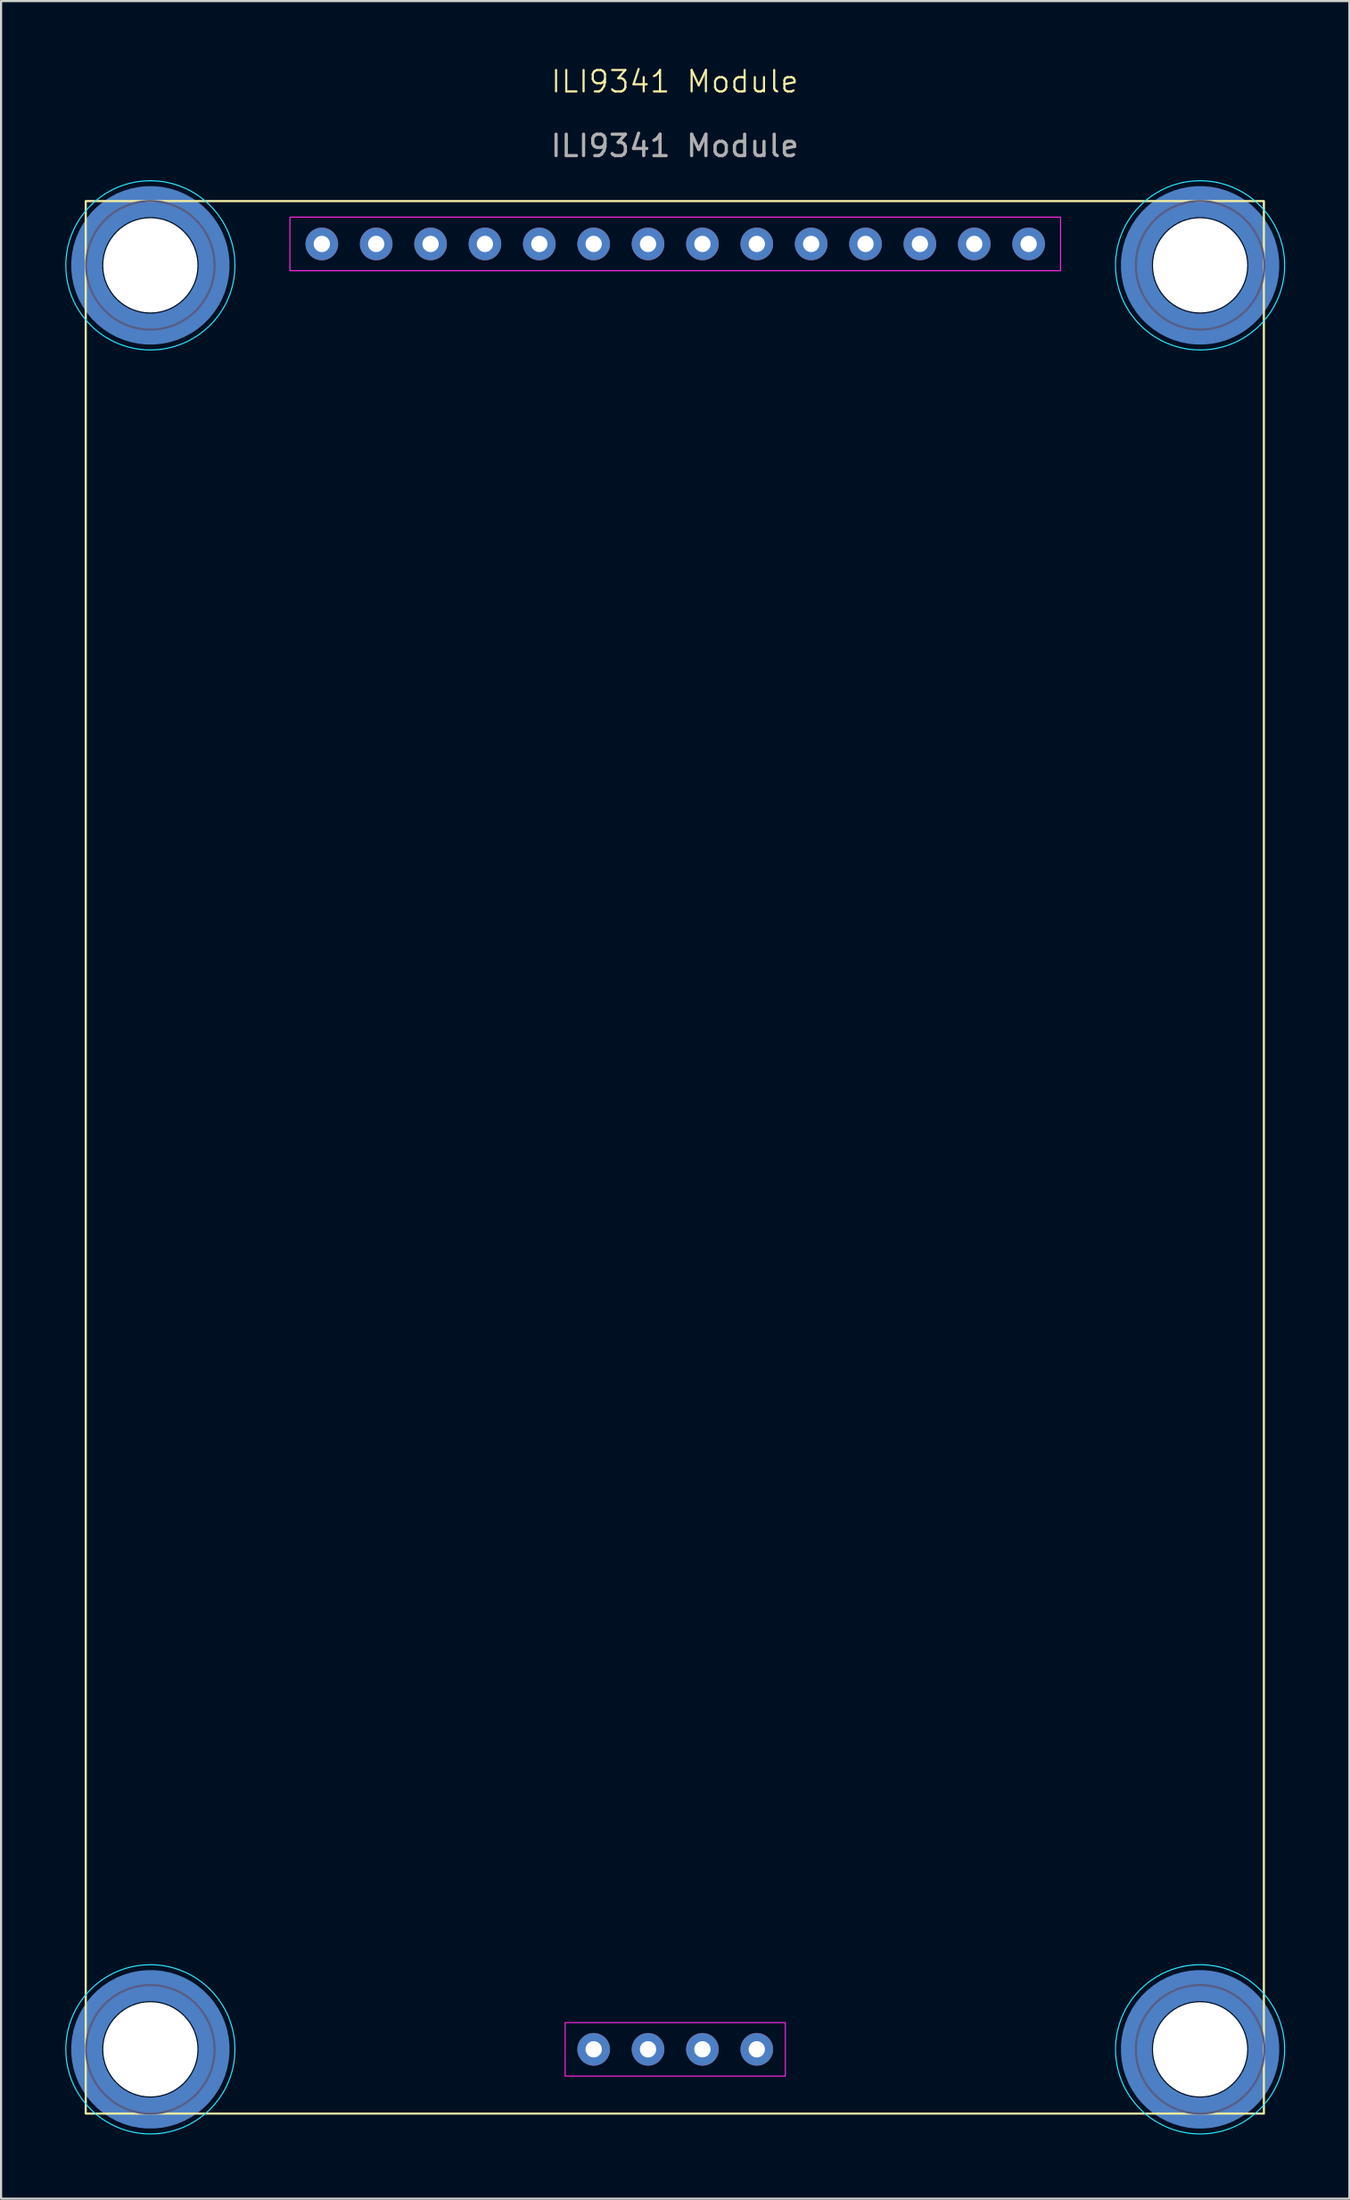
<source format=kicad_pcb>
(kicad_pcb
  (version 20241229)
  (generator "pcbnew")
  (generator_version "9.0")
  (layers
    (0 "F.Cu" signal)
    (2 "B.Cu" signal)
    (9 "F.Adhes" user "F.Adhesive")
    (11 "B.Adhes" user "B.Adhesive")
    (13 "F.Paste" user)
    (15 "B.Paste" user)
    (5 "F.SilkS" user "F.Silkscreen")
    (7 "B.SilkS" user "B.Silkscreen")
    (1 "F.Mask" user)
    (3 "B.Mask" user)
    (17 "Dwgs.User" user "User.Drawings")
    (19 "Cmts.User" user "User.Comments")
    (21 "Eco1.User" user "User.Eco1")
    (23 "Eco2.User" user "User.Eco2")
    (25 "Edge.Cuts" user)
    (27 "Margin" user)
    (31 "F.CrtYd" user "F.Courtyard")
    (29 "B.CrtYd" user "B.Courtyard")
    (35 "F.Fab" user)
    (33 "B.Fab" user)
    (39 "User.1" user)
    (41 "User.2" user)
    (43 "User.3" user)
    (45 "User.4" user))
  (footprint "ILI9341 Module"
    (layer "F.Cu")
    (at 28.475 1.26)
    (property "Reference" "ILI9341 Module" (at 0 -0.5 0) (unlocked yes) (layer "F.SilkS") (effects (font (size 1 1) (thickness 0.1))))
    (attr through_hole)
    (fp_rect (start -27.52 5.08) (end 27.52 94.38) (stroke (width 0.1) (type default)) (fill no) (layer "F.SilkS"))
    (fp_circle (center -24.5 8.08) (end -28.45 8.08) (stroke (width 0.05) (type solid)) (fill no) (layer "B.CrtYd"))
    (fp_circle (center -24.5 91.38) (end -28.45 91.38) (stroke (width 0.05) (type solid)) (fill no) (layer "B.CrtYd"))
    (fp_circle (center 24.54 8.08) (end 20.59 8.08) (stroke (width 0.05) (type solid)) (fill no) (layer "B.CrtYd"))
    (fp_circle (center 24.54 91.38) (end 20.59 91.38) (stroke (width 0.05) (type solid)) (fill no) (layer "B.CrtYd"))
    (fp_rect (start -17.98 5.83) (end 18.02 8.33) (stroke (width 0.05) (type default)) (fill no) (layer "F.CrtYd"))
    (fp_rect (start -5.123 90.13) (end 5.163 92.63) (stroke (width 0.05) (type default)) (fill no) (layer "F.CrtYd"))
    (fp_circle (center -24.5 8.08) (end -27.5 8.08) (stroke (width 0.1) (type solid)) (fill no) (layer "B.Fab"))
    (fp_circle (center -24.5 91.38) (end -27.5 91.38) (stroke (width 0.1) (type solid)) (fill no) (layer "B.Fab"))
    (fp_circle (center 24.54 8.08) (end 21.54 8.08) (stroke (width 0.1) (type solid)) (fill no) (layer "B.Fab"))
    (fp_circle (center 24.54 91.38) (end 21.54 91.38) (stroke (width 0.1) (type solid)) (fill no) (layer "B.Fab"))
    (fp_text user "${REFERENCE}" (at 0 2.5 0) (unlocked yes) (layer "F.Fab") (effects (font (size 1 1) (thickness 0.15))))
    (pad "" smd custom (at -26.595 5.985) (size 0.945 0.945) (layers "B.Paste") (options (anchor circle)) (primitives (gr_arc (start -0.241886 1.592827) (mid 0.405534 0.404104) (end 1.594804 -0.24231) (width 0.2)) (gr_arc (start -0.339022 1.591031) (mid 0.338711 0.335987) (end 1.594804 -0.3398) (width 0.2)) (gr_arc (start -0.436623 1.592231) (mid 0.270807 0.268952) (end 1.594804 -0.437132) (width 0.2)) (gr_arc (start -0.53376 1.591846) (mid 0.203474 0.201345) (end 1.594804 -0.534324) (width 0.2)) (gr_arc (start -0.631267 1.594126) (mid 0.135183 0.134696) (end 1.594804 -0.631391) (width 0.2)) (gr_arc (start -0.728229 1.594149) (mid 0.067705 0.067234) (end 1.594804 -0.728345) (width 0.2)) (gr_arc (start -0.824614 1.591408) (mid 0.001219 -0.001218) (end 1.594804 -0.825197) (width 0.2)) (gr_arc (start -0.921269 1.590665) (mid -0.065985 -0.068952) (end 1.594804 -0.921958) (width 0.2)) (gr_arc (start -1.018172 1.59192) (mid -0.133908 -0.135973) (end 1.594804 -1.018637) (width 0.2)) (gr_arc (start -1.11442 1.589574) (mid -0.200537 -0.20428) (end 1.594804 -1.115239) (width 0.2)) (gr_arc (start -1.211751 1.594662) (mid -0.269828 -0.26993) (end 1.594804 -1.211773) (width 0.2)) (gr_arc (start -1.307516 1.589875) (mid -0.335587 -0.33911) (end 1.594804 -1.308244) (width 0.2)) (gr_arc (start -1.404331 1.592524) (mid -0.404004 -0.405633) (end 1.594804 -1.404657) (width 0.2)) (gr_arc (start -1.404331 1.592524) (mid -0.404004 -0.405633) (end 1.594804 -1.404657) (width 0.2)) (gr_line (start -1.405 1.595) (end -0.242 1.595) (width 0.2)) (gr_line (start 1.595 -1.405) (end 1.595 -0.242) (width 0.2))))
    (pad "" smd custom (at -26.595 10.175) (size 0.945 0.945) (layers "B.Paste") (options (anchor circle)) (primitives (gr_arc (start 1.592827 0.241886) (mid 0.404104 -0.405534) (end -0.24231 -1.594804) (width 0.2)) (gr_arc (start 1.591031 0.339022) (mid 0.335987 -0.338711) (end -0.3398 -1.594804) (width 0.2)) (gr_arc (start 1.592231 0.436623) (mid 0.268952 -0.270807) (end -0.437132 -1.594804) (width 0.2)) (gr_arc (start 1.591846 0.53376) (mid 0.201345 -0.203474) (end -0.534324 -1.594804) (width 0.2)) (gr_arc (start 1.594126 0.631267) (mid 0.134696 -0.135183) (end -0.631391 -1.594804) (width 0.2)) (gr_arc (start 1.594149 0.728229) (mid 0.067234 -0.067705) (end -0.728345 -1.594804) (width 0.2)) (gr_arc (start 1.591408 0.824614) (mid -0.001218 -0.001219) (end -0.825197 -1.594804) (width 0.2)) (gr_arc (start 1.590665 0.921269) (mid -0.068952 0.065985) (end -0.921958 -1.594804) (width 0.2)) (gr_arc (start 1.59192 1.018172) (mid -0.135973 0.133908) (end -1.018637 -1.594804) (width 0.2)) (gr_arc (start 1.589574 1.11442) (mid -0.20428 0.200537) (end -1.115239 -1.594804) (width 0.2)) (gr_arc (start 1.594662 1.211751) (mid -0.26993 0.269828) (end -1.211773 -1.594804) (width 0.2)) (gr_arc (start 1.589875 1.307516) (mid -0.33911 0.335587) (end -1.308244 -1.594804) (width 0.2)) (gr_arc (start 1.592524 1.404331) (mid -0.405633 0.404004) (end -1.404657 -1.594804) (width 0.2)) (gr_arc (start 1.592524 1.404331) (mid -0.405633 0.404004) (end -1.404657 -1.594804) (width 0.2)) (gr_line (start 1.595 1.405) (end 1.595 0.242) (width 0.2)) (gr_line (start -1.405 -1.595) (end -0.242 -1.595) (width 0.2))))
    (pad "" smd custom (at -26.595 89.285) (size 0.945 0.945) (layers "B.Paste") (options (anchor circle)) (primitives (gr_arc (start -0.241886 1.592827) (mid 0.405534 0.404104) (end 1.594804 -0.24231) (width 0.2)) (gr_arc (start -0.339022 1.591031) (mid 0.338711 0.335987) (end 1.594804 -0.3398) (width 0.2)) (gr_arc (start -0.436623 1.592231) (mid 0.270807 0.268952) (end 1.594804 -0.437132) (width 0.2)) (gr_arc (start -0.53376 1.591846) (mid 0.203474 0.201345) (end 1.594804 -0.534324) (width 0.2)) (gr_arc (start -0.631267 1.594126) (mid 0.135183 0.134696) (end 1.594804 -0.631391) (width 0.2)) (gr_arc (start -0.728229 1.594149) (mid 0.067705 0.067234) (end 1.594804 -0.728345) (width 0.2)) (gr_arc (start -0.824614 1.591408) (mid 0.001219 -0.001218) (end 1.594804 -0.825197) (width 0.2)) (gr_arc (start -0.921269 1.590665) (mid -0.065985 -0.068952) (end 1.594804 -0.921958) (width 0.2)) (gr_arc (start -1.018172 1.59192) (mid -0.133908 -0.135973) (end 1.594804 -1.018637) (width 0.2)) (gr_arc (start -1.11442 1.589574) (mid -0.200537 -0.20428) (end 1.594804 -1.115239) (width 0.2)) (gr_arc (start -1.211751 1.594662) (mid -0.269828 -0.26993) (end 1.594804 -1.211773) (width 0.2)) (gr_arc (start -1.307516 1.589875) (mid -0.335587 -0.33911) (end 1.594804 -1.308244) (width 0.2)) (gr_arc (start -1.404331 1.592524) (mid -0.404004 -0.405633) (end 1.594804 -1.404657) (width 0.2)) (gr_arc (start -1.404331 1.592524) (mid -0.404004 -0.405633) (end 1.594804 -1.404657) (width 0.2)) (gr_line (start -1.405 1.595) (end -0.242 1.595) (width 0.2)) (gr_line (start 1.595 -1.405) (end 1.595 -0.242) (width 0.2))))
    (pad "" smd custom (at -26.595 93.475) (size 0.945 0.945) (layers "B.Paste") (options (anchor circle)) (primitives (gr_arc (start 1.592827 0.241886) (mid 0.404104 -0.405534) (end -0.24231 -1.594804) (width 0.2)) (gr_arc (start 1.591031 0.339022) (mid 0.335987 -0.338711) (end -0.3398 -1.594804) (width 0.2)) (gr_arc (start 1.592231 0.436623) (mid 0.268952 -0.270807) (end -0.437132 -1.594804) (width 0.2)) (gr_arc (start 1.591846 0.53376) (mid 0.201345 -0.203474) (end -0.534324 -1.594804) (width 0.2)) (gr_arc (start 1.594126 0.631267) (mid 0.134696 -0.135183) (end -0.631391 -1.594804) (width 0.2)) (gr_arc (start 1.594149 0.728229) (mid 0.067234 -0.067705) (end -0.728345 -1.594804) (width 0.2)) (gr_arc (start 1.591408 0.824614) (mid -0.001218 -0.001219) (end -0.825197 -1.594804) (width 0.2)) (gr_arc (start 1.590665 0.921269) (mid -0.068952 0.065985) (end -0.921958 -1.594804) (width 0.2)) (gr_arc (start 1.59192 1.018172) (mid -0.135973 0.133908) (end -1.018637 -1.594804) (width 0.2)) (gr_arc (start 1.589574 1.11442) (mid -0.20428 0.200537) (end -1.115239 -1.594804) (width 0.2)) (gr_arc (start 1.594662 1.211751) (mid -0.26993 0.269828) (end -1.211773 -1.594804) (width 0.2)) (gr_arc (start 1.589875 1.307516) (mid -0.33911 0.335587) (end -1.308244 -1.594804) (width 0.2)) (gr_arc (start 1.592524 1.404331) (mid -0.405633 0.404004) (end -1.404657 -1.594804) (width 0.2)) (gr_arc (start 1.592524 1.404331) (mid -0.405633 0.404004) (end -1.404657 -1.594804) (width 0.2)) (gr_line (start 1.595 1.405) (end 1.595 0.242) (width 0.2)) (gr_line (start -1.405 -1.595) (end -0.242 -1.595) (width 0.2))))
    (pad "" np_thru_hole circle (at -24.5 8.08) (size 4.4 4.4) (drill 4.4) (layers "*.Cu" "*.Mask"))
    (pad "" np_thru_hole circle (at -24.5 91.38) (size 4.4 4.4) (drill 4.4) (layers "*.Cu" "*.Mask"))
    (pad "" smd custom (at -22.405 5.985) (size 0.945 0.945) (layers "B.Paste") (options (anchor circle)) (primitives (gr_arc (start -1.592827 -0.241886) (mid -0.404104 0.405534) (end 0.24231 1.594804) (width 0.2)) (gr_arc (start -1.591031 -0.339022) (mid -0.335987 0.338711) (end 0.3398 1.594804) (width 0.2)) (gr_arc (start -1.592231 -0.436623) (mid -0.268952 0.270807) (end 0.437132 1.594804) (width 0.2)) (gr_arc (start -1.591846 -0.53376) (mid -0.201345 0.203474) (end 0.534324 1.594804) (width 0.2)) (gr_arc (start -1.594126 -0.631267) (mid -0.134696 0.135183) (end 0.631391 1.594804) (width 0.2)) (gr_arc (start -1.594149 -0.728229) (mid -0.067234 0.067705) (end 0.728345 1.594804) (width 0.2)) (gr_arc (start -1.591408 -0.824614) (mid 0.001218 0.001219) (end 0.825197 1.594804) (width 0.2)) (gr_arc (start -1.590665 -0.921269) (mid 0.068952 -0.065985) (end 0.921958 1.594804) (width 0.2)) (gr_arc (start -1.59192 -1.018172) (mid 0.135973 -0.133907) (end 1.018637 1.594804) (width 0.2)) (gr_arc (start -1.589574 -1.11442) (mid 0.20428 -0.200537) (end 1.115239 1.594804) (width 0.2)) (gr_arc (start -1.594662 -1.211751) (mid 0.26993 -0.269828) (end 1.211773 1.594804) (width 0.2)) (gr_arc (start -1.589875 -1.307516) (mid 0.33911 -0.335587) (end 1.308244 1.594804) (width 0.2)) (gr_arc (start -1.592524 -1.404331) (mid 0.405633 -0.404004) (end 1.404657 1.594804) (width 0.2)) (gr_arc (start -1.592524 -1.404331) (mid 0.405633 -0.404004) (end 1.404657 1.594804) (width 0.2)) (gr_line (start -1.595 -1.405) (end -1.595 -0.242) (width 0.2)) (gr_line (start 1.405 1.595) (end 0.242 1.595) (width 0.2))))
    (pad "" smd custom (at -22.405 10.175) (size 0.945 0.945) (layers "B.Paste") (options (anchor circle)) (primitives (gr_arc (start 0.241886 -1.592827) (mid -0.405534 -0.404104) (end -1.594804 0.24231) (width 0.2)) (gr_arc (start 0.339022 -1.591031) (mid -0.338711 -0.335987) (end -1.594804 0.3398) (width 0.2)) (gr_arc (start 0.436623 -1.592231) (mid -0.270807 -0.268952) (end -1.594804 0.437132) (width 0.2)) (gr_arc (start 0.53376 -1.591846) (mid -0.203474 -0.201345) (end -1.594804 0.534324) (width 0.2)) (gr_arc (start 0.631267 -1.594126) (mid -0.135183 -0.134696) (end -1.594804 0.631391) (width 0.2)) (gr_arc (start 0.728229 -1.594149) (mid -0.067705 -0.067234) (end -1.594804 0.728345) (width 0.2)) (gr_arc (start 0.824614 -1.591408) (mid -0.001219 0.001218) (end -1.594804 0.825197) (width 0.2)) (gr_arc (start 0.921269 -1.590665) (mid 0.065985 0.068952) (end -1.594804 0.921958) (width 0.2)) (gr_arc (start 1.018172 -1.59192) (mid 0.133907 0.135973) (end -1.594804 1.018637) (width 0.2)) (gr_arc (start 1.11442 -1.589574) (mid 0.200537 0.20428) (end -1.594804 1.115239) (width 0.2)) (gr_arc (start 1.211751 -1.594662) (mid 0.269828 0.26993) (end -1.594804 1.211773) (width 0.2)) (gr_arc (start 1.307516 -1.589875) (mid 0.335587 0.33911) (end -1.594804 1.308244) (width 0.2)) (gr_arc (start 1.404331 -1.592524) (mid 0.404004 0.405633) (end -1.594804 1.404657) (width 0.2)) (gr_arc (start 1.404331 -1.592524) (mid 0.404004 0.405633) (end -1.594804 1.404657) (width 0.2)) (gr_line (start 1.405 -1.595) (end 0.242 -1.595) (width 0.2)) (gr_line (start -1.595 1.405) (end -1.595 0.242) (width 0.2))))
    (pad "" smd custom (at -22.405 89.285) (size 0.945 0.945) (layers "B.Paste") (options (anchor circle)) (primitives (gr_arc (start -1.592827 -0.241886) (mid -0.404104 0.405534) (end 0.24231 1.594804) (width 0.2)) (gr_arc (start -1.591031 -0.339022) (mid -0.335987 0.338711) (end 0.3398 1.594804) (width 0.2)) (gr_arc (start -1.592231 -0.436623) (mid -0.268952 0.270807) (end 0.437132 1.594804) (width 0.2)) (gr_arc (start -1.591846 -0.53376) (mid -0.201345 0.203474) (end 0.534324 1.594804) (width 0.2)) (gr_arc (start -1.594126 -0.631267) (mid -0.134696 0.135183) (end 0.631391 1.594804) (width 0.2)) (gr_arc (start -1.594149 -0.728229) (mid -0.067234 0.067705) (end 0.728345 1.594804) (width 0.2)) (gr_arc (start -1.591408 -0.824614) (mid 0.001218 0.001219) (end 0.825197 1.594804) (width 0.2)) (gr_arc (start -1.590665 -0.921269) (mid 0.068952 -0.065985) (end 0.921958 1.594804) (width 0.2)) (gr_arc (start -1.59192 -1.018172) (mid 0.135973 -0.133907) (end 1.018637 1.594804) (width 0.2)) (gr_arc (start -1.589574 -1.11442) (mid 0.20428 -0.200537) (end 1.115239 1.594804) (width 0.2)) (gr_arc (start -1.594662 -1.211751) (mid 0.26993 -0.269828) (end 1.211773 1.594804) (width 0.2)) (gr_arc (start -1.589875 -1.307516) (mid 0.33911 -0.335587) (end 1.308244 1.594804) (width 0.2)) (gr_arc (start -1.592524 -1.404331) (mid 0.405633 -0.404004) (end 1.404657 1.594804) (width 0.2)) (gr_arc (start -1.592524 -1.404331) (mid 0.405633 -0.404004) (end 1.404657 1.594804) (width 0.2)) (gr_line (start -1.595 -1.405) (end -1.595 -0.242) (width 0.2)) (gr_line (start 1.405 1.595) (end 0.242 1.595) (width 0.2))))
    (pad "" smd custom (at -22.405 93.475) (size 0.945 0.945) (layers "B.Paste") (options (anchor circle)) (primitives (gr_arc (start 0.241886 -1.592827) (mid -0.405534 -0.404104) (end -1.594804 0.24231) (width 0.2)) (gr_arc (start 0.339022 -1.591031) (mid -0.338711 -0.335987) (end -1.594804 0.3398) (width 0.2)) (gr_arc (start 0.436623 -1.592231) (mid -0.270807 -0.268952) (end -1.594804 0.437132) (width 0.2)) (gr_arc (start 0.53376 -1.591846) (mid -0.203474 -0.201345) (end -1.594804 0.534324) (width 0.2)) (gr_arc (start 0.631267 -1.594126) (mid -0.135183 -0.134696) (end -1.594804 0.631391) (width 0.2)) (gr_arc (start 0.728229 -1.594149) (mid -0.067705 -0.067234) (end -1.594804 0.728345) (width 0.2)) (gr_arc (start 0.824614 -1.591408) (mid -0.001219 0.001218) (end -1.594804 0.825197) (width 0.2)) (gr_arc (start 0.921269 -1.590665) (mid 0.065985 0.068952) (end -1.594804 0.921958) (width 0.2)) (gr_arc (start 1.018172 -1.59192) (mid 0.133907 0.135973) (end -1.594804 1.018637) (width 0.2)) (gr_arc (start 1.11442 -1.589574) (mid 0.200537 0.20428) (end -1.594804 1.115239) (width 0.2)) (gr_arc (start 1.211751 -1.594662) (mid 0.269828 0.26993) (end -1.594804 1.211773) (width 0.2)) (gr_arc (start 1.307516 -1.589875) (mid 0.335587 0.33911) (end -1.594804 1.308244) (width 0.2)) (gr_arc (start 1.404331 -1.592524) (mid 0.404004 0.405633) (end -1.594804 1.404657) (width 0.2)) (gr_arc (start 1.404331 -1.592524) (mid 0.404004 0.405633) (end -1.594804 1.404657) (width 0.2)) (gr_line (start 1.405 -1.595) (end 0.242 -1.595) (width 0.2)) (gr_line (start -1.595 1.405) (end -1.595 0.242) (width 0.2))))
    (pad "" smd custom (at 22.445 5.985) (size 0.945 0.945) (layers "B.Paste") (options (anchor circle)) (primitives (gr_arc (start -0.241886 1.592827) (mid 0.405534 0.404104) (end 1.594804 -0.24231) (width 0.2)) (gr_arc (start -0.339022 1.591031) (mid 0.338711 0.335987) (end 1.594804 -0.3398) (width 0.2)) (gr_arc (start -0.436623 1.592231) (mid 0.270807 0.268952) (end 1.594804 -0.437132) (width 0.2)) (gr_arc (start -0.53376 1.591846) (mid 0.203474 0.201345) (end 1.594804 -0.534324) (width 0.2)) (gr_arc (start -0.631267 1.594126) (mid 0.135183 0.134696) (end 1.594804 -0.631391) (width 0.2)) (gr_arc (start -0.728229 1.594149) (mid 0.067705 0.067234) (end 1.594804 -0.728345) (width 0.2)) (gr_arc (start -0.824614 1.591408) (mid 0.001219 -0.001218) (end 1.594804 -0.825197) (width 0.2)) (gr_arc (start -0.921269 1.590665) (mid -0.065985 -0.068952) (end 1.594804 -0.921958) (width 0.2)) (gr_arc (start -1.018172 1.59192) (mid -0.133908 -0.135973) (end 1.594804 -1.018637) (width 0.2)) (gr_arc (start -1.11442 1.589574) (mid -0.200537 -0.20428) (end 1.594804 -1.115239) (width 0.2)) (gr_arc (start -1.211751 1.594662) (mid -0.269828 -0.26993) (end 1.594804 -1.211773) (width 0.2)) (gr_arc (start -1.307516 1.589875) (mid -0.335587 -0.33911) (end 1.594804 -1.308244) (width 0.2)) (gr_arc (start -1.404331 1.592524) (mid -0.404004 -0.405633) (end 1.594804 -1.404657) (width 0.2)) (gr_arc (start -1.404331 1.592524) (mid -0.404004 -0.405633) (end 1.594804 -1.404657) (width 0.2)) (gr_line (start -1.405 1.595) (end -0.242 1.595) (width 0.2)) (gr_line (start 1.595 -1.405) (end 1.595 -0.242) (width 0.2))))
    (pad "" smd custom (at 22.445 10.175) (size 0.945 0.945) (layers "B.Paste") (options (anchor circle)) (primitives (gr_arc (start 1.592827 0.241886) (mid 0.404104 -0.405534) (end -0.24231 -1.594804) (width 0.2)) (gr_arc (start 1.591031 0.339022) (mid 0.335987 -0.338711) (end -0.3398 -1.594804) (width 0.2)) (gr_arc (start 1.592231 0.436623) (mid 0.268952 -0.270807) (end -0.437132 -1.594804) (width 0.2)) (gr_arc (start 1.591846 0.53376) (mid 0.201345 -0.203474) (end -0.534324 -1.594804) (width 0.2)) (gr_arc (start 1.594126 0.631267) (mid 0.134696 -0.135183) (end -0.631391 -1.594804) (width 0.2)) (gr_arc (start 1.594149 0.728229) (mid 0.067234 -0.067705) (end -0.728345 -1.594804) (width 0.2)) (gr_arc (start 1.591408 0.824614) (mid -0.001218 -0.001219) (end -0.825197 -1.594804) (width 0.2)) (gr_arc (start 1.590665 0.921269) (mid -0.068952 0.065985) (end -0.921958 -1.594804) (width 0.2)) (gr_arc (start 1.59192 1.018172) (mid -0.135973 0.133908) (end -1.018637 -1.594804) (width 0.2)) (gr_arc (start 1.589574 1.11442) (mid -0.20428 0.200537) (end -1.115239 -1.594804) (width 0.2)) (gr_arc (start 1.594662 1.211751) (mid -0.26993 0.269828) (end -1.211773 -1.594804) (width 0.2)) (gr_arc (start 1.589875 1.307516) (mid -0.33911 0.335587) (end -1.308244 -1.594804) (width 0.2)) (gr_arc (start 1.592524 1.404331) (mid -0.405633 0.404004) (end -1.404657 -1.594804) (width 0.2)) (gr_arc (start 1.592524 1.404331) (mid -0.405633 0.404004) (end -1.404657 -1.594804) (width 0.2)) (gr_line (start 1.595 1.405) (end 1.595 0.242) (width 0.2)) (gr_line (start -1.405 -1.595) (end -0.242 -1.595) (width 0.2))))
    (pad "" smd custom (at 22.445 89.285) (size 0.945 0.945) (layers "B.Paste") (options (anchor circle)) (primitives (gr_arc (start -0.241886 1.592827) (mid 0.405534 0.404104) (end 1.594804 -0.24231) (width 0.2)) (gr_arc (start -0.339022 1.591031) (mid 0.338711 0.335987) (end 1.594804 -0.3398) (width 0.2)) (gr_arc (start -0.436623 1.592231) (mid 0.270807 0.268952) (end 1.594804 -0.437132) (width 0.2)) (gr_arc (start -0.53376 1.591846) (mid 0.203474 0.201345) (end 1.594804 -0.534324) (width 0.2)) (gr_arc (start -0.631267 1.594126) (mid 0.135183 0.134696) (end 1.594804 -0.631391) (width 0.2)) (gr_arc (start -0.728229 1.594149) (mid 0.067705 0.067234) (end 1.594804 -0.728345) (width 0.2)) (gr_arc (start -0.824614 1.591408) (mid 0.001219 -0.001218) (end 1.594804 -0.825197) (width 0.2)) (gr_arc (start -0.921269 1.590665) (mid -0.065985 -0.068952) (end 1.594804 -0.921958) (width 0.2)) (gr_arc (start -1.018172 1.59192) (mid -0.133908 -0.135973) (end 1.594804 -1.018637) (width 0.2)) (gr_arc (start -1.11442 1.589574) (mid -0.200537 -0.20428) (end 1.594804 -1.115239) (width 0.2)) (gr_arc (start -1.211751 1.594662) (mid -0.269828 -0.26993) (end 1.594804 -1.211773) (width 0.2)) (gr_arc (start -1.307516 1.589875) (mid -0.335587 -0.33911) (end 1.594804 -1.308244) (width 0.2)) (gr_arc (start -1.404331 1.592524) (mid -0.404004 -0.405633) (end 1.594804 -1.404657) (width 0.2)) (gr_arc (start -1.404331 1.592524) (mid -0.404004 -0.405633) (end 1.594804 -1.404657) (width 0.2)) (gr_line (start -1.405 1.595) (end -0.242 1.595) (width 0.2)) (gr_line (start 1.595 -1.405) (end 1.595 -0.242) (width 0.2))))
    (pad "" smd custom (at 22.445 93.475) (size 0.945 0.945) (layers "B.Paste") (options (anchor circle)) (primitives (gr_arc (start 1.592827 0.241886) (mid 0.404104 -0.405534) (end -0.24231 -1.594804) (width 0.2)) (gr_arc (start 1.591031 0.339022) (mid 0.335987 -0.338711) (end -0.3398 -1.594804) (width 0.2)) (gr_arc (start 1.592231 0.436623) (mid 0.268952 -0.270807) (end -0.437132 -1.594804) (width 0.2)) (gr_arc (start 1.591846 0.53376) (mid 0.201345 -0.203474) (end -0.534324 -1.594804) (width 0.2)) (gr_arc (start 1.594126 0.631267) (mid 0.134696 -0.135183) (end -0.631391 -1.594804) (width 0.2)) (gr_arc (start 1.594149 0.728229) (mid 0.067234 -0.067705) (end -0.728345 -1.594804) (width 0.2)) (gr_arc (start 1.591408 0.824614) (mid -0.001218 -0.001219) (end -0.825197 -1.594804) (width 0.2)) (gr_arc (start 1.590665 0.921269) (mid -0.068952 0.065985) (end -0.921958 -1.594804) (width 0.2)) (gr_arc (start 1.59192 1.018172) (mid -0.135973 0.133908) (end -1.018637 -1.594804) (width 0.2)) (gr_arc (start 1.589574 1.11442) (mid -0.20428 0.200537) (end -1.115239 -1.594804) (width 0.2)) (gr_arc (start 1.594662 1.211751) (mid -0.26993 0.269828) (end -1.211773 -1.594804) (width 0.2)) (gr_arc (start 1.589875 1.307516) (mid -0.33911 0.335587) (end -1.308244 -1.594804) (width 0.2)) (gr_arc (start 1.592524 1.404331) (mid -0.405633 0.404004) (end -1.404657 -1.594804) (width 0.2)) (gr_arc (start 1.592524 1.404331) (mid -0.405633 0.404004) (end -1.404657 -1.594804) (width 0.2)) (gr_line (start 1.595 1.405) (end 1.595 0.242) (width 0.2)) (gr_line (start -1.405 -1.595) (end -0.242 -1.595) (width 0.2))))
    (pad "" np_thru_hole circle (at 24.54 8.08) (size 4.4 4.4) (drill 4.4) (layers "*.Cu" "*.Mask"))
    (pad "" np_thru_hole circle (at 24.54 91.38) (size 4.4 4.4) (drill 4.4) (layers "*.Cu" "*.Mask"))
    (pad "" smd custom (at 26.635 5.985) (size 0.945 0.945) (layers "B.Paste") (options (anchor circle)) (primitives (gr_arc (start -1.592827 -0.241886) (mid -0.404104 0.405534) (end 0.24231 1.594804) (width 0.2)) (gr_arc (start -1.591031 -0.339022) (mid -0.335987 0.338711) (end 0.3398 1.594804) (width 0.2)) (gr_arc (start -1.592231 -0.436623) (mid -0.268952 0.270807) (end 0.437132 1.594804) (width 0.2)) (gr_arc (start -1.591846 -0.53376) (mid -0.201345 0.203474) (end 0.534324 1.594804) (width 0.2)) (gr_arc (start -1.594126 -0.631267) (mid -0.134696 0.135183) (end 0.631391 1.594804) (width 0.2)) (gr_arc (start -1.594149 -0.728229) (mid -0.067234 0.067705) (end 0.728345 1.594804) (width 0.2)) (gr_arc (start -1.591408 -0.824614) (mid 0.001218 0.001219) (end 0.825197 1.594804) (width 0.2)) (gr_arc (start -1.590665 -0.921269) (mid 0.068952 -0.065985) (end 0.921958 1.594804) (width 0.2)) (gr_arc (start -1.59192 -1.018172) (mid 0.135973 -0.133907) (end 1.018637 1.594804) (width 0.2)) (gr_arc (start -1.589574 -1.11442) (mid 0.20428 -0.200537) (end 1.115239 1.594804) (width 0.2)) (gr_arc (start -1.594662 -1.211751) (mid 0.26993 -0.269828) (end 1.211773 1.594804) (width 0.2)) (gr_arc (start -1.589875 -1.307516) (mid 0.33911 -0.335587) (end 1.308244 1.594804) (width 0.2)) (gr_arc (start -1.592524 -1.404331) (mid 0.405633 -0.404004) (end 1.404657 1.594804) (width 0.2)) (gr_arc (start -1.592524 -1.404331) (mid 0.405633 -0.404004) (end 1.404657 1.594804) (width 0.2)) (gr_line (start -1.595 -1.405) (end -1.595 -0.242) (width 0.2)) (gr_line (start 1.405 1.595) (end 0.242 1.595) (width 0.2))))
    (pad "" smd custom (at 26.635 10.175) (size 0.945 0.945) (layers "B.Paste") (options (anchor circle)) (primitives (gr_arc (start 0.241886 -1.592827) (mid -0.405534 -0.404104) (end -1.594804 0.24231) (width 0.2)) (gr_arc (start 0.339022 -1.591031) (mid -0.338711 -0.335987) (end -1.594804 0.3398) (width 0.2)) (gr_arc (start 0.436623 -1.592231) (mid -0.270807 -0.268952) (end -1.594804 0.437132) (width 0.2)) (gr_arc (start 0.53376 -1.591846) (mid -0.203474 -0.201345) (end -1.594804 0.534324) (width 0.2)) (gr_arc (start 0.631267 -1.594126) (mid -0.135183 -0.134696) (end -1.594804 0.631391) (width 0.2)) (gr_arc (start 0.728229 -1.594149) (mid -0.067705 -0.067234) (end -1.594804 0.728345) (width 0.2)) (gr_arc (start 0.824614 -1.591408) (mid -0.001219 0.001218) (end -1.594804 0.825197) (width 0.2)) (gr_arc (start 0.921269 -1.590665) (mid 0.065985 0.068952) (end -1.594804 0.921958) (width 0.2)) (gr_arc (start 1.018172 -1.59192) (mid 0.133907 0.135973) (end -1.594804 1.018637) (width 0.2)) (gr_arc (start 1.11442 -1.589574) (mid 0.200537 0.20428) (end -1.594804 1.115239) (width 0.2)) (gr_arc (start 1.211751 -1.594662) (mid 0.269828 0.26993) (end -1.594804 1.211773) (width 0.2)) (gr_arc (start 1.307516 -1.589875) (mid 0.335587 0.33911) (end -1.594804 1.308244) (width 0.2)) (gr_arc (start 1.404331 -1.592524) (mid 0.404004 0.405633) (end -1.594804 1.404657) (width 0.2)) (gr_arc (start 1.404331 -1.592524) (mid 0.404004 0.405633) (end -1.594804 1.404657) (width 0.2)) (gr_line (start 1.405 -1.595) (end 0.242 -1.595) (width 0.2)) (gr_line (start -1.595 1.405) (end -1.595 0.242) (width 0.2))))
    (pad "" smd custom (at 26.635 89.285) (size 0.945 0.945) (layers "B.Paste") (options (anchor circle)) (primitives (gr_arc (start -1.592827 -0.241886) (mid -0.404104 0.405534) (end 0.24231 1.594804) (width 0.2)) (gr_arc (start -1.591031 -0.339022) (mid -0.335987 0.338711) (end 0.3398 1.594804) (width 0.2)) (gr_arc (start -1.592231 -0.436623) (mid -0.268952 0.270807) (end 0.437132 1.594804) (width 0.2)) (gr_arc (start -1.591846 -0.53376) (mid -0.201345 0.203474) (end 0.534324 1.594804) (width 0.2)) (gr_arc (start -1.594126 -0.631267) (mid -0.134696 0.135183) (end 0.631391 1.594804) (width 0.2)) (gr_arc (start -1.594149 -0.728229) (mid -0.067234 0.067705) (end 0.728345 1.594804) (width 0.2)) (gr_arc (start -1.591408 -0.824614) (mid 0.001218 0.001219) (end 0.825197 1.594804) (width 0.2)) (gr_arc (start -1.590665 -0.921269) (mid 0.068952 -0.065985) (end 0.921958 1.594804) (width 0.2)) (gr_arc (start -1.59192 -1.018172) (mid 0.135973 -0.133907) (end 1.018637 1.594804) (width 0.2)) (gr_arc (start -1.589574 -1.11442) (mid 0.20428 -0.200537) (end 1.115239 1.594804) (width 0.2)) (gr_arc (start -1.594662 -1.211751) (mid 0.26993 -0.269828) (end 1.211773 1.594804) (width 0.2)) (gr_arc (start -1.589875 -1.307516) (mid 0.33911 -0.335587) (end 1.308244 1.594804) (width 0.2)) (gr_arc (start -1.592524 -1.404331) (mid 0.405633 -0.404004) (end 1.404657 1.594804) (width 0.2)) (gr_arc (start -1.592524 -1.404331) (mid 0.405633 -0.404004) (end 1.404657 1.594804) (width 0.2)) (gr_line (start -1.595 -1.405) (end -1.595 -0.242) (width 0.2)) (gr_line (start 1.405 1.595) (end 0.242 1.595) (width 0.2))))
    (pad "" smd custom (at 26.635 93.475) (size 0.945 0.945) (layers "B.Paste") (options (anchor circle)) (primitives (gr_arc (start 0.241886 -1.592827) (mid -0.405534 -0.404104) (end -1.594804 0.24231) (width 0.2)) (gr_arc (start 0.339022 -1.591031) (mid -0.338711 -0.335987) (end -1.594804 0.3398) (width 0.2)) (gr_arc (start 0.436623 -1.592231) (mid -0.270807 -0.268952) (end -1.594804 0.437132) (width 0.2)) (gr_arc (start 0.53376 -1.591846) (mid -0.203474 -0.201345) (end -1.594804 0.534324) (width 0.2)) (gr_arc (start 0.631267 -1.594126) (mid -0.135183 -0.134696) (end -1.594804 0.631391) (width 0.2)) (gr_arc (start 0.728229 -1.594149) (mid -0.067705 -0.067234) (end -1.594804 0.728345) (width 0.2)) (gr_arc (start 0.824614 -1.591408) (mid -0.001219 0.001218) (end -1.594804 0.825197) (width 0.2)) (gr_arc (start 0.921269 -1.590665) (mid 0.065985 0.068952) (end -1.594804 0.921958) (width 0.2)) (gr_arc (start 1.018172 -1.59192) (mid 0.133907 0.135973) (end -1.594804 1.018637) (width 0.2)) (gr_arc (start 1.11442 -1.589574) (mid 0.200537 0.20428) (end -1.594804 1.115239) (width 0.2)) (gr_arc (start 1.211751 -1.594662) (mid 0.269828 0.26993) (end -1.594804 1.211773) (width 0.2)) (gr_arc (start 1.307516 -1.589875) (mid 0.335587 0.33911) (end -1.594804 1.308244) (width 0.2)) (gr_arc (start 1.404331 -1.592524) (mid 0.404004 0.405633) (end -1.594804 1.404657) (width 0.2)) (gr_arc (start 1.404331 -1.592524) (mid 0.404004 0.405633) (end -1.594804 1.404657) (width 0.2)) (gr_line (start 1.405 -1.595) (end 0.242 -1.595) (width 0.2)) (gr_line (start -1.595 1.405) (end -1.595 0.242) (width 0.2))))
    (pad "1" thru_hole circle (at 16.53 7.08) (size 1.524 1.524) (drill 0.762) (layers "*.Cu" "*.Mask"))
    (pad "2" thru_hole circle (at 13.99 7.08) (size 1.524 1.524) (drill 0.762) (layers "*.Cu" "*.Mask"))
    (pad "3" thru_hole circle (at 11.45 7.08) (size 1.524 1.524) (drill 0.762) (layers "*.Cu" "*.Mask"))
    (pad "4" thru_hole circle (at 8.91 7.08) (size 1.524 1.524) (drill 0.762) (layers "*.Cu" "*.Mask"))
    (pad "5" thru_hole circle (at 6.37 7.08) (size 1.524 1.524) (drill 0.762) (layers "*.Cu" "*.Mask"))
    (pad "6" thru_hole circle (at 3.83 7.08) (size 1.524 1.524) (drill 0.762) (layers "*.Cu" "*.Mask"))
    (pad "7" thru_hole circle (at 1.29 7.08) (size 1.524 1.524) (drill 0.762) (layers "*.Cu" "*.Mask"))
    (pad "8" thru_hole circle (at -1.25 7.08) (size 1.524 1.524) (drill 0.762) (layers "*.Cu" "*.Mask"))
    (pad "9" thru_hole circle (at -3.79 7.08) (size 1.524 1.524) (drill 0.762) (layers "*.Cu" "*.Mask"))
    (pad "10" thru_hole circle (at -6.33 7.08) (size 1.524 1.524) (drill 0.762) (layers "*.Cu" "*.Mask"))
    (pad "11" thru_hole circle (at -8.87 7.08) (size 1.524 1.524) (drill 0.762) (layers "*.Cu" "*.Mask"))
    (pad "12" thru_hole circle (at -11.41 7.08) (size 1.524 1.524) (drill 0.762) (layers "*.Cu" "*.Mask"))
    (pad "13" thru_hole circle (at -13.95 7.08) (size 1.524 1.524) (drill 0.762) (layers "*.Cu" "*.Mask"))
    (pad "14" thru_hole circle (at -16.49 7.08) (size 1.524 1.524) (drill 0.762) (layers "*.Cu" "*.Mask"))
    (pad "15" thru_hole circle (at 3.83 91.38) (size 1.524 1.524) (drill 0.762) (layers "*.Cu" "*.Mask"))
    (pad "16" thru_hole circle (at 1.29 91.38) (size 1.524 1.524) (drill 0.762) (layers "*.Cu" "*.Mask"))
    (pad "17" thru_hole circle (at -1.25 91.38) (size 1.524 1.524) (drill 0.762) (layers "*.Cu" "*.Mask"))
    (pad "18" thru_hole circle (at -3.79 91.38) (size 1.524 1.524) (drill 0.762) (layers "*.Cu" "*.Mask"))
    (pad "19" smd custom (at -27.475 8.08) (size 1.05 1.05) (layers "B.Cu" "B.Mask") (options (anchor circle)) (primitives (gr_circle (center 2.975 0) (end 0 0) (width 1.45) (fill no))))
    (pad "19" smd custom (at -27.475 91.38) (size 1.05 1.05) (layers "B.Cu" "B.Mask") (options (anchor circle)) (primitives (gr_circle (center 2.975 0) (end 0 0) (width 1.45) (fill no))))
    (pad "19" smd circle (at -24.5 5.105) (size 1.05 1.05) (layers "B.Cu"))
    (pad "19" smd circle (at -24.5 11.055) (size 1.05 1.05) (layers "B.Cu"))
    (pad "19" smd circle (at -24.5 88.405) (size 1.05 1.05) (layers "B.Cu"))
    (pad "19" smd circle (at -24.5 94.355) (size 1.05 1.05) (layers "B.Cu"))
    (pad "19" smd circle (at -21.525 8.08) (size 1.05 1.05) (layers "B.Cu"))
    (pad "19" smd circle (at -21.525 91.38) (size 1.05 1.05) (layers "B.Cu"))
    (pad "19" smd custom (at 21.565 8.08) (size 1.05 1.05) (layers "B.Cu" "B.Mask") (options (anchor circle)) (primitives (gr_circle (center 2.975 0) (end 0 0) (width 1.45) (fill no))))
    (pad "19" smd custom (at 21.565 91.38) (size 1.05 1.05) (layers "B.Cu" "B.Mask") (options (anchor circle)) (primitives (gr_circle (center 2.975 0) (end 0 0) (width 1.45) (fill no))))
    (pad "19" smd circle (at 24.54 5.105) (size 1.05 1.05) (layers "B.Cu"))
    (pad "19" smd circle (at 24.54 11.055) (size 1.05 1.05) (layers "B.Cu"))
    (pad "19" smd circle (at 24.54 88.405) (size 1.05 1.05) (layers "B.Cu"))
    (pad "19" smd circle (at 24.54 94.355) (size 1.05 1.05) (layers "B.Cu"))
    (pad "19" smd circle (at 27.515 8.08) (size 1.05 1.05) (layers "B.Cu"))
    (pad "19" smd circle (at 27.515 91.38) (size 1.05 1.05) (layers "B.Cu")))
  (gr_rect
    (start -3 -3)
    (end 59.99 99.615)
    (stroke (width 0.1) (type default))
    (fill no)
    (layer "Edge.Cuts")))
</source>
